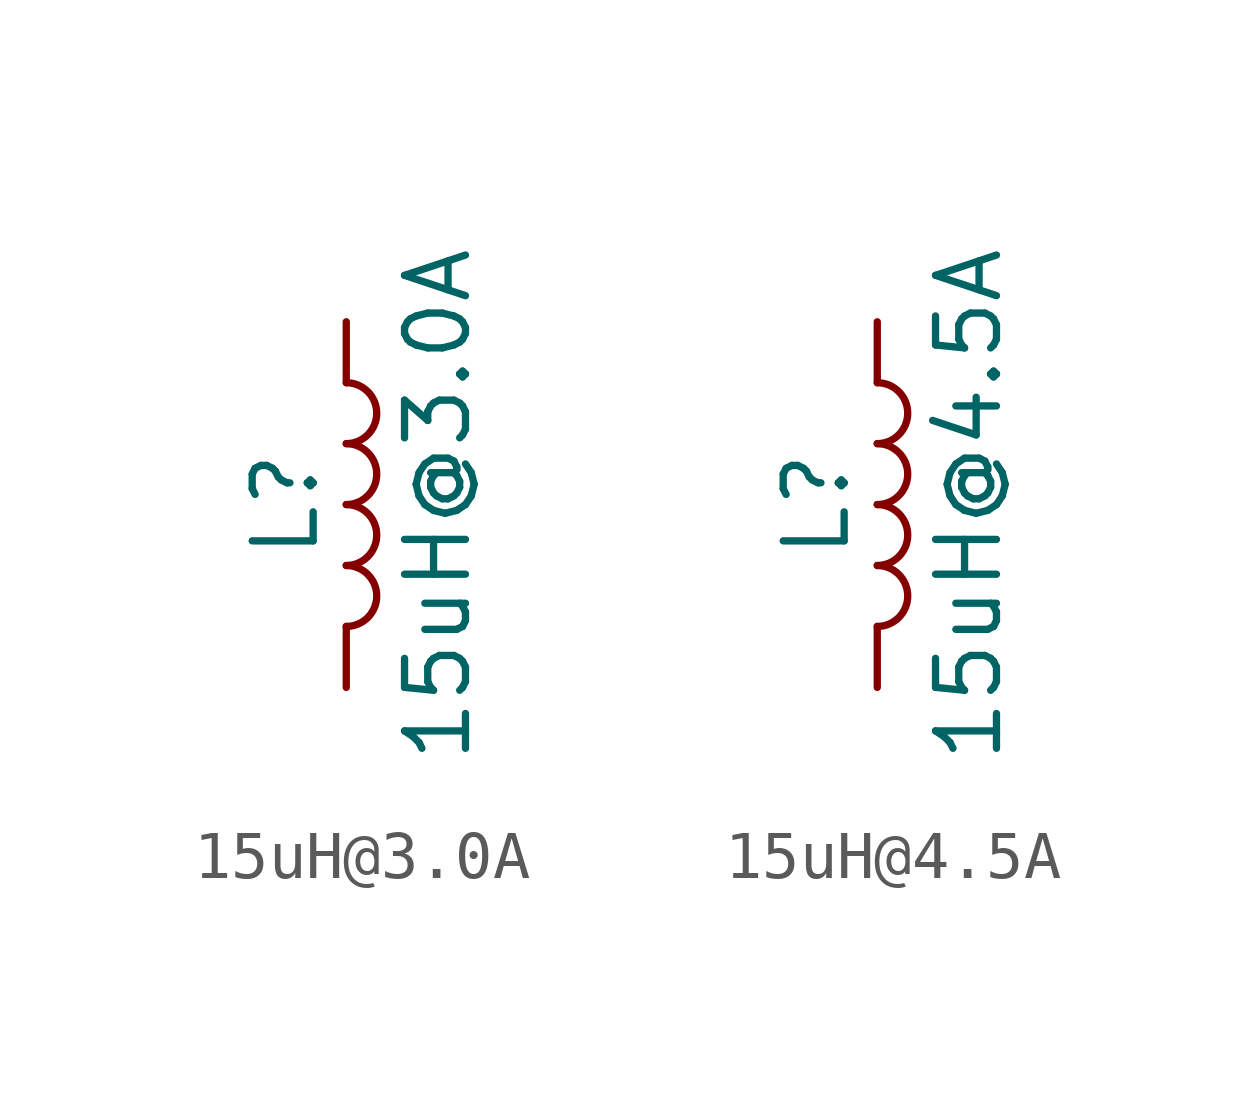
<source format=kicad_sym>
(kicad_symbol_lib
  (version 20220914)
  (generator kicad_db_lib)
  (symbol "15uH@3.0A"
    (pin_numbers hide)
    (pin_names
      (offset 1.016) hide)
    (property "Reference" "L"
      (at -1.27 0 90)
      (effects (font (size 1.27 1.27))))
    (property "Value" "15uH@3.0A"
      (at 1.905 0 90)
      (effects (font (size 1.27 1.27))))
    (symbol "15uH@3.0A_0_1"
      (arc (start 0 -2.54) (mid 0.6323 -1.905) (end 0 -1.27) (stroke (width 0) (type default)) (fill (type none)))
      (arc (start 0 -1.27) (mid 0.6323 -0.635) (end 0 0) (stroke (width 0) (type default)) (fill (type none)))
      (arc (start 0 0) (mid 0.6323 0.635) (end 0 1.27) (stroke (width 0) (type default)) (fill (type none)))
      (arc (start 0 1.27) (mid 0.6323 1.905) (end 0 2.54) (stroke (width 0) (type default)) (fill (type none))))
    (symbol "15uH@3.0A_1_1"
      (pin passive line (at 0 3.81 270) (length 1.27) (name "1" (effects (font (size 1.27 1.27)))) (number "1" (effects (font (size 1.27 1.27)))))
      (pin passive line (at 0 -3.81 90) (length 1.27) (name "2" (effects (font (size 1.27 1.27)))) (number "2" (effects (font (size 1.27 1.27)))))))
  (symbol "15uH@4.5A"
    (pin_numbers hide)
    (pin_names
      (offset 1.016) hide)
    (property "Reference" "L"
      (at -1.27 0 90)
      (effects (font (size 1.27 1.27))))
    (property "Value" "15uH@4.5A"
      (at 1.905 0 90)
      (effects (font (size 1.27 1.27))))
    (symbol "15uH@4.5A_0_1"
      (arc (start 0 -2.54) (mid 0.6323 -1.905) (end 0 -1.27) (stroke (width 0) (type default)) (fill (type none)))
      (arc (start 0 -1.27) (mid 0.6323 -0.635) (end 0 0) (stroke (width 0) (type default)) (fill (type none)))
      (arc (start 0 0) (mid 0.6323 0.635) (end 0 1.27) (stroke (width 0) (type default)) (fill (type none)))
      (arc (start 0 1.27) (mid 0.6323 1.905) (end 0 2.54) (stroke (width 0) (type default)) (fill (type none))))
    (symbol "15uH@4.5A_1_1"
      (pin passive line (at 0 3.81 270) (length 1.27) (name "1" (effects (font (size 1.27 1.27)))) (number "1" (effects (font (size 1.27 1.27)))))
      (pin passive line (at 0 -3.81 90) (length 1.27) (name "2" (effects (font (size 1.27 1.27)))) (number "2" (effects (font (size 1.27 1.27))))))))
</source>
